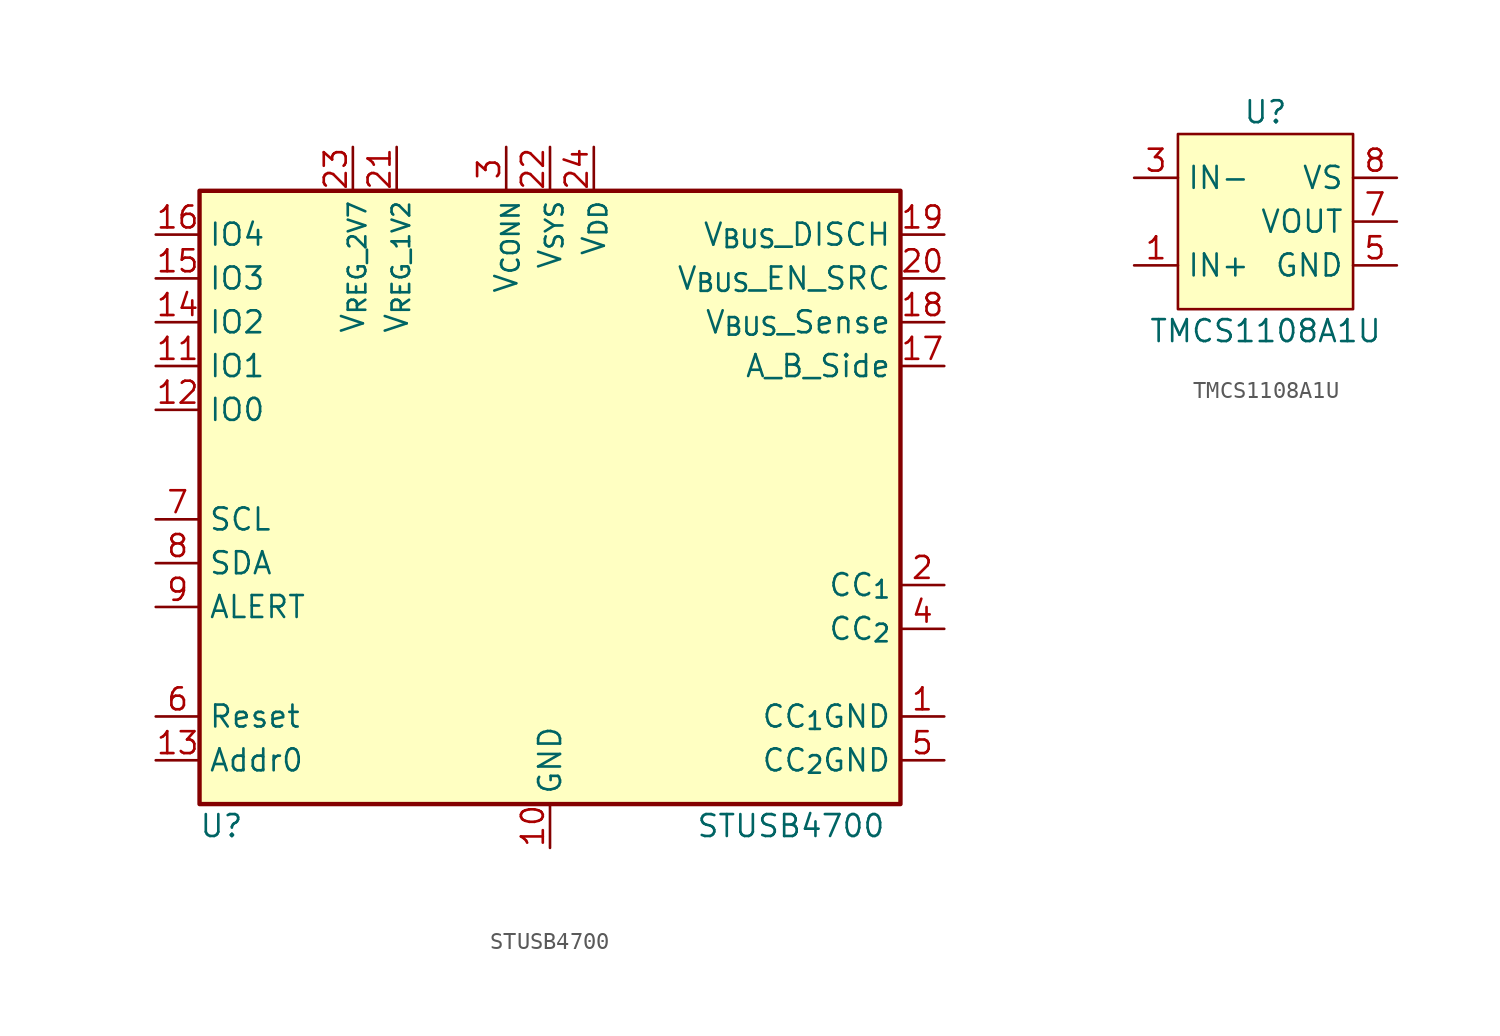
<source format=kicad_sym>
(kicad_symbol_lib
  (version 20211014)
  (generator kicad_symbol_editor)
  (symbol "STUSB4700"
    (property "Reference" "U"
      (at -19.05 -19.05 0)
      (effects (font (size 1.27 1.27))))
    (property "Value" "STUSB4700"
      (at 13.97 -19.05 0)
      (effects (font (size 1.27 1.27))))
    (symbol "STUSB4700_0_1"
      (rectangle (start -20.32 17.78) (end 20.32 -17.78) (stroke (width 0.254) (type default) (color 0 0 0 0)) (fill (type background))))
    (symbol "STUSB4700_1_1"
      (pin passive line (at 22.86 -12.7 180) (length 2.54) (name "CC_{1}GND" (effects (font (size 1.27 1.27)))) (number "1" (effects (font (size 1.27 1.27)))))
      (pin passive line (at 0 -20.32 90) (length 2.54) (name "GND" (effects (font (size 1.27 1.27)))) (number "10" (effects (font (size 1.27 1.27)))))
      (pin output line (at -22.86 7.62 0) (length 2.54) (name "IO1" (effects (font (size 1.27 1.27)))) (number "11" (effects (font (size 1.27 1.27)))))
      (pin output line (at -22.86 5.08 0) (length 2.54) (name "IO0" (effects (font (size 1.27 1.27)))) (number "12" (effects (font (size 1.27 1.27)))))
      (pin bidirectional line (at -22.86 -15.24 0) (length 2.54) (name "Addr0" (effects (font (size 1.27 1.27)))) (number "13" (effects (font (size 1.27 1.27)))))
      (pin output line (at -22.86 10.16 0) (length 2.54) (name "IO2" (effects (font (size 1.27 1.27)))) (number "14" (effects (font (size 1.27 1.27)))))
      (pin output line (at -22.86 12.7 0) (length 2.54) (name "IO3" (effects (font (size 1.27 1.27)))) (number "15" (effects (font (size 1.27 1.27)))))
      (pin output line (at -22.86 15.24 0) (length 2.54) (name "IO4" (effects (font (size 1.27 1.27)))) (number "16" (effects (font (size 1.27 1.27)))))
      (pin output line (at 22.86 7.62 180) (length 2.54) (name "A_B_Side" (effects (font (size 1.27 1.27)))) (number "17" (effects (font (size 1.27 1.27)))))
      (pin input line (at 22.86 10.16 180) (length 2.54) (name "V_{BUS}_Sense" (effects (font (size 1.27 1.27)))) (number "18" (effects (font (size 1.27 1.27)))))
      (pin output line (at 22.86 15.24 180) (length 2.54) (name "V_{BUS}_DISCH" (effects (font (size 1.27 1.27)))) (number "19" (effects (font (size 1.27 1.27)))))
      (pin bidirectional line (at 22.86 -5.08 180) (length 2.54) (name "CC_{1}" (effects (font (size 1.27 1.27)))) (number "2" (effects (font (size 1.27 1.27)))))
      (pin output line (at 22.86 12.7 180) (length 2.54) (name "V_{BUS}_EN_SRC" (effects (font (size 1.27 1.27)))) (number "20" (effects (font (size 1.27 1.27)))))
      (pin passive line (at -8.89 20.32 270) (length 2.54) (name "V_{REG_1V2}" (effects (font (size 1.27 1.27)))) (number "21" (effects (font (size 1.27 1.27)))))
      (pin power_in line (at 0 20.32 270) (length 2.54) (name "V_{SYS}" (effects (font (size 1.27 1.27)))) (number "22" (effects (font (size 1.27 1.27)))))
      (pin passive line (at -11.43 20.32 270) (length 2.54) (name "V_{REG_2V7}" (effects (font (size 1.27 1.27)))) (number "23" (effects (font (size 1.27 1.27)))))
      (pin power_in line (at 2.54 20.32 270) (length 2.54) (name "V_{DD}" (effects (font (size 1.27 1.27)))) (number "24" (effects (font (size 1.27 1.27)))))
      (pin passive line (at 0 -20.32 90) (length 2.54) hide (name "EP" (effects (font (size 1.27 1.27)))) (number "25" (effects (font (size 1.27 1.27)))))
      (pin power_in line (at -2.54 20.32 270) (length 2.54) (name "V_{CONN}" (effects (font (size 1.27 1.27)))) (number "3" (effects (font (size 1.27 1.27)))))
      (pin bidirectional line (at 22.86 -7.62 180) (length 2.54) (name "CC_{2}" (effects (font (size 1.27 1.27)))) (number "4" (effects (font (size 1.27 1.27)))))
      (pin passive line (at 22.86 -15.24 180) (length 2.54) (name "CC_{2}GND" (effects (font (size 1.27 1.27)))) (number "5" (effects (font (size 1.27 1.27)))))
      (pin input line (at -22.86 -12.7 0) (length 2.54) (name "Reset" (effects (font (size 1.27 1.27)))) (number "6" (effects (font (size 1.27 1.27)))))
      (pin input line (at -22.86 -1.27 0) (length 2.54) (name "SCL" (effects (font (size 1.27 1.27)))) (number "7" (effects (font (size 1.27 1.27)))))
      (pin bidirectional line (at -22.86 -3.81 0) (length 2.54) (name "SDA" (effects (font (size 1.27 1.27)))) (number "8" (effects (font (size 1.27 1.27)))))
      (pin output line (at -22.86 -6.35 0) (length 2.54) (name "ALERT" (effects (font (size 1.27 1.27)))) (number "9" (effects (font (size 1.27 1.27)))))))
  (symbol "TMCS1108A1U"
    (property "Reference" "U"
      (at 0 6.35 0)
      (effects (font (size 1.27 1.27))))
    (property "Value" "TMCS1108A1U"
      (at 0 -6.35 0)
      (effects (font (size 1.27 1.27))))
    (symbol "TMCS1108A1U_0_1"
      (rectangle (start -5.08 5.08) (end 5.08 -5.08) (stroke (width 0.152) (type default) (color 0 0 0 0)) (fill (type background))))
    (symbol "TMCS1108A1U_1_1"
      (pin passive line (at -7.62 -2.54 0) (length 2.54) (name "IN+" (effects (font (size 1.27 1.27)))) (number "1" (effects (font (size 1.27 1.27)))))
      (pin passive line (at -7.62 -2.54 0) (length 2.54) hide (name "IN+" (effects (font (size 1.27 1.27)))) (number "2" (effects (font (size 1.27 1.27)))))
      (pin passive line (at -7.62 2.54 0) (length 2.54) (name "IN-" (effects (font (size 1.27 1.27)))) (number "3" (effects (font (size 1.27 1.27)))))
      (pin passive line (at -7.62 2.54 0) (length 2.54) hide (name "IN-" (effects (font (size 1.27 1.27)))) (number "4" (effects (font (size 1.27 1.27)))))
      (pin power_in line (at 7.62 -2.54 180) (length 2.54) (name "GND" (effects (font (size 1.27 1.27)))) (number "5" (effects (font (size 1.27 1.27)))))
      (pin power_in line (at 7.62 -2.54 180) (length 2.54) hide (name "NC" (effects (font (size 1.27 1.27)))) (number "6" (effects (font (size 1.27 1.27)))))
      (pin output line (at 7.62 0 180) (length 2.54) (name "VOUT" (effects (font (size 1.27 1.27)))) (number "7" (effects (font (size 1.27 1.27)))))
      (pin power_in line (at 7.62 2.54 180) (length 2.54) (name "VS" (effects (font (size 1.27 1.27)))) (number "8" (effects (font (size 1.27 1.27))))))))
</source>
